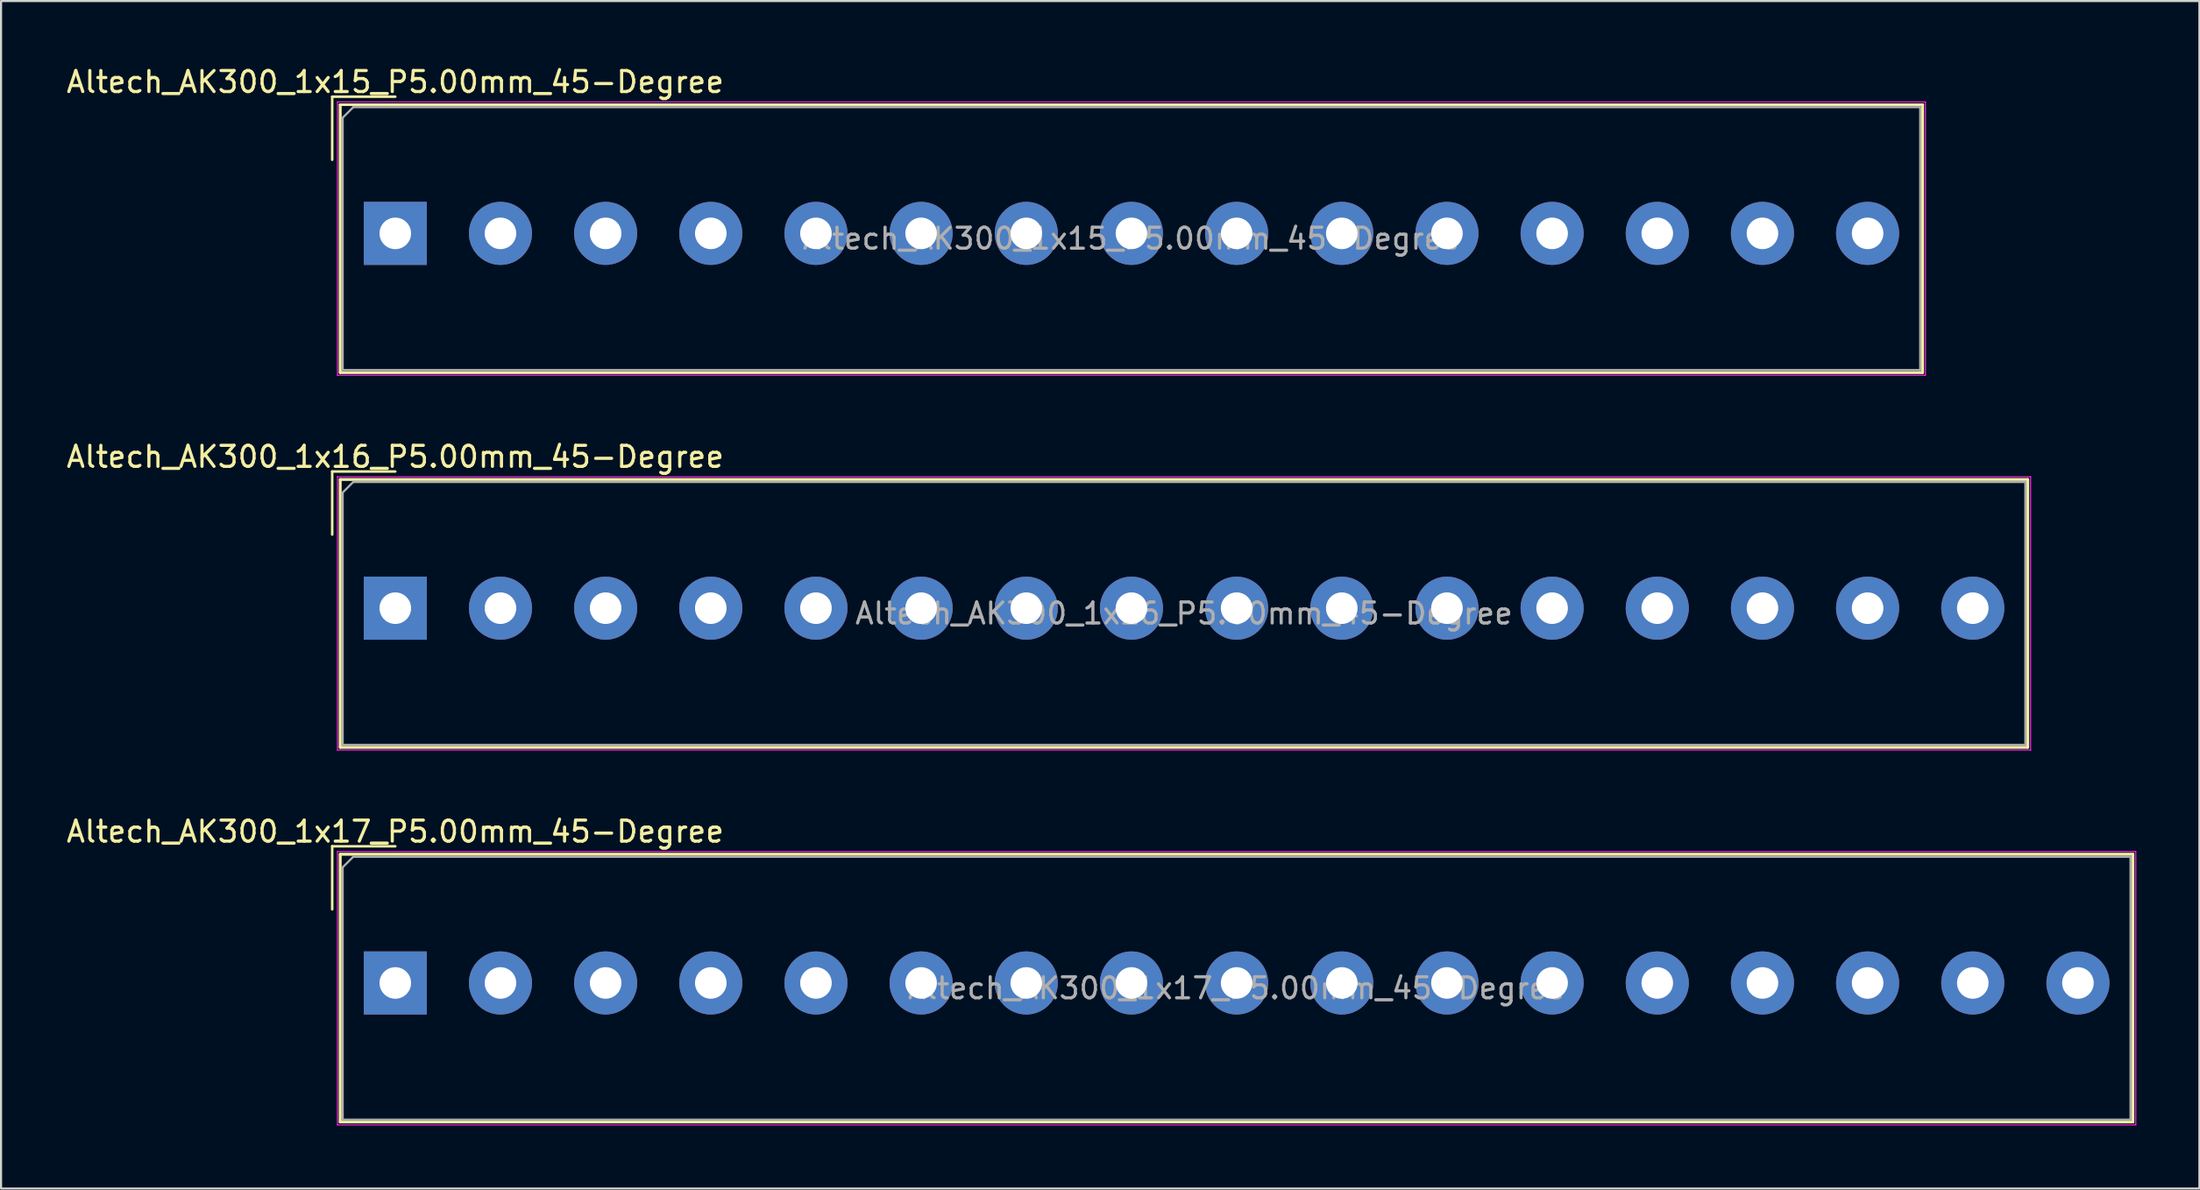
<source format=kicad_pcb>
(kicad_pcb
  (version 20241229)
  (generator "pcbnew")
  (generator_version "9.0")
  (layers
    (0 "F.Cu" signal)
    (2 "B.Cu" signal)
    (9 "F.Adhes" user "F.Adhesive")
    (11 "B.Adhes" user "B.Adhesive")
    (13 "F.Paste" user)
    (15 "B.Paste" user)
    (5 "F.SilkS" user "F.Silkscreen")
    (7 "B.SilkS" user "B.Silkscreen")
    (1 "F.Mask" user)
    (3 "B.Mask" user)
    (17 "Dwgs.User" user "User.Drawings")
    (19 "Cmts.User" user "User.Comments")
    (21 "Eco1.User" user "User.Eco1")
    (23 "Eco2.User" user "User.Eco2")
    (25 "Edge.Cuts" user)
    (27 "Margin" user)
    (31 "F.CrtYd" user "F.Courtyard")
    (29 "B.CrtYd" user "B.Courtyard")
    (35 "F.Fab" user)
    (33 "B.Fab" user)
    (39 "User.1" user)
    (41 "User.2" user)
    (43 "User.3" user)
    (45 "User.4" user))
  (footprint "Altech_AK300_1x15_P5.00mm_45-Degree"
    (layer "F.Cu")
    (at 15.744 8.048)
    (property "Reference" "Altech_AK300_1x15_P5.00mm_45-Degree" (at 0 -7.2 0) (layer "F.SilkS") (effects (font (size 1 1) (thickness 0.15))))
    (attr through_hole)
    (fp_line (start -3 -6.5) (end 0 -6.5) (stroke (width 0.12) (type solid)) (layer "F.SilkS"))
    (fp_line (start -3 -3.5) (end -3 -6.5) (stroke (width 0.12) (type solid)) (layer "F.SilkS"))
    (fp_line (start -2.62 -6.12) (end -2.62 6.62) (stroke (width 0.12) (type solid)) (layer "F.SilkS"))
    (fp_line (start -2.62 -6.12) (end -2.62 6.62) (stroke (width 0.12) (type solid)) (layer "F.SilkS"))
    (fp_line (start -2.62 -6.12) (end 72.62 -6.12) (stroke (width 0.12) (type solid)) (layer "F.SilkS"))
    (fp_line (start -2.62 -6.12) (end 72.62 -6.12) (stroke (width 0.12) (type solid)) (layer "F.SilkS"))
    (fp_line (start -2.62 6.62) (end 72.62 6.62) (stroke (width 0.12) (type solid)) (layer "F.SilkS"))
    (fp_line (start -2.62 6.62) (end 72.62 6.62) (stroke (width 0.12) (type solid)) (layer "F.SilkS"))
    (fp_line (start 72.62 -6.12) (end 72.62 6.62) (stroke (width 0.12) (type solid)) (layer "F.SilkS"))
    (fp_line (start 72.62 -6.12) (end 72.62 6.62) (stroke (width 0.12) (type solid)) (layer "F.SilkS"))
    (fp_line (start -2.75 -6.25) (end -2.75 6.75) (stroke (width 0.05) (type solid)) (layer "F.CrtYd"))
    (fp_line (start -2.75 -6.25) (end 72.75 -6.25) (stroke (width 0.05) (type solid)) (layer "F.CrtYd"))
    (fp_line (start -2.75 6.75) (end 72.75 6.75) (stroke (width 0.05) (type solid)) (layer "F.CrtYd"))
    (fp_line (start 72.75 -6.25) (end 72.75 6.75) (stroke (width 0.05) (type solid)) (layer "F.CrtYd"))
    (fp_line (start -2.5 -5.5) (end -2 -6) (stroke (width 0.1) (type solid)) (layer "F.Fab"))
    (fp_line (start -2.5 6.5) (end -2.5 -5.5) (stroke (width 0.1) (type solid)) (layer "F.Fab"))
    (fp_line (start -2 -6) (end 72.5 -6) (stroke (width 0.1) (type solid)) (layer "F.Fab"))
    (fp_line (start 72.5 -6) (end 72.5 6.5) (stroke (width 0.1) (type solid)) (layer "F.Fab"))
    (fp_line (start 72.5 6.5) (end -2.5 6.5) (stroke (width 0.1) (type solid)) (layer "F.Fab"))
    (fp_text user "${REFERENCE}" (at 35 0.25 0) (layer "F.Fab") (effects (font (size 1 1) (thickness 0.15))))
    (pad "1" thru_hole rect (at 0 0) (size 3 3) (drill 1.5) (layers "*.Cu" "*.Mask"))
    (pad "2" thru_hole circle (at 5 0) (size 3 3) (drill 1.5) (layers "*.Cu" "*.Mask"))
    (pad "3" thru_hole circle (at 10 0) (size 3 3) (drill 1.5) (layers "*.Cu" "*.Mask"))
    (pad "4" thru_hole circle (at 15 0) (size 3 3) (drill 1.5) (layers "*.Cu" "*.Mask"))
    (pad "5" thru_hole circle (at 20 0) (size 3 3) (drill 1.5) (layers "*.Cu" "*.Mask"))
    (pad "6" thru_hole circle (at 25 0) (size 3 3) (drill 1.5) (layers "*.Cu" "*.Mask"))
    (pad "7" thru_hole circle (at 30 0) (size 3 3) (drill 1.5) (layers "*.Cu" "*.Mask"))
    (pad "8" thru_hole circle (at 35 0) (size 3 3) (drill 1.5) (layers "*.Cu" "*.Mask"))
    (pad "9" thru_hole circle (at 40 0) (size 3 3) (drill 1.5) (layers "*.Cu" "*.Mask"))
    (pad "10" thru_hole circle (at 45 0) (size 3 3) (drill 1.5) (layers "*.Cu" "*.Mask"))
    (pad "11" thru_hole circle (at 50 0) (size 3 3) (drill 1.5) (layers "*.Cu" "*.Mask"))
    (pad "12" thru_hole circle (at 55 0) (size 3 3) (drill 1.5) (layers "*.Cu" "*.Mask"))
    (pad "13" thru_hole circle (at 60 0) (size 3 3) (drill 1.5) (layers "*.Cu" "*.Mask"))
    (pad "14" thru_hole circle (at 65 0) (size 3 3) (drill 1.5) (layers "*.Cu" "*.Mask"))
    (pad "15" thru_hole circle (at 70 0) (size 3 3) (drill 1.5) (layers "*.Cu" "*.Mask")))
  (footprint "Altech_AK300_1x16_P5.00mm_45-Degree"
    (layer "F.Cu")
    (at 15.744 25.872)
    (property "Reference" "Altech_AK300_1x16_P5.00mm_45-Degree" (at 0 -7.2 0) (layer "F.SilkS") (effects (font (size 1 1) (thickness 0.15))))
    (attr through_hole)
    (fp_line (start -3 -6.5) (end 0 -6.5) (stroke (width 0.12) (type solid)) (layer "F.SilkS"))
    (fp_line (start -3 -3.5) (end -3 -6.5) (stroke (width 0.12) (type solid)) (layer "F.SilkS"))
    (fp_line (start -2.62 -6.12) (end -2.62 6.62) (stroke (width 0.12) (type solid)) (layer "F.SilkS"))
    (fp_line (start -2.62 -6.12) (end -2.62 6.62) (stroke (width 0.12) (type solid)) (layer "F.SilkS"))
    (fp_line (start -2.62 -6.12) (end 77.62 -6.12) (stroke (width 0.12) (type solid)) (layer "F.SilkS"))
    (fp_line (start -2.62 -6.12) (end 77.62 -6.12) (stroke (width 0.12) (type solid)) (layer "F.SilkS"))
    (fp_line (start -2.62 6.62) (end 77.62 6.62) (stroke (width 0.12) (type solid)) (layer "F.SilkS"))
    (fp_line (start -2.62 6.62) (end 77.62 6.62) (stroke (width 0.12) (type solid)) (layer "F.SilkS"))
    (fp_line (start 77.62 -6.12) (end 77.62 6.62) (stroke (width 0.12) (type solid)) (layer "F.SilkS"))
    (fp_line (start 77.62 -6.12) (end 77.62 6.62) (stroke (width 0.12) (type solid)) (layer "F.SilkS"))
    (fp_line (start -2.75 -6.25) (end -2.75 6.75) (stroke (width 0.05) (type solid)) (layer "F.CrtYd"))
    (fp_line (start -2.75 -6.25) (end 77.75 -6.25) (stroke (width 0.05) (type solid)) (layer "F.CrtYd"))
    (fp_line (start -2.75 6.75) (end 77.75 6.75) (stroke (width 0.05) (type solid)) (layer "F.CrtYd"))
    (fp_line (start 77.75 -6.25) (end 77.75 6.75) (stroke (width 0.05) (type solid)) (layer "F.CrtYd"))
    (fp_line (start -2.5 -5.5) (end -2 -6) (stroke (width 0.1) (type solid)) (layer "F.Fab"))
    (fp_line (start -2.5 6.5) (end -2.5 -5.5) (stroke (width 0.1) (type solid)) (layer "F.Fab"))
    (fp_line (start -2 -6) (end 77.5 -6) (stroke (width 0.1) (type solid)) (layer "F.Fab"))
    (fp_line (start 77.5 -6) (end 77.5 6.5) (stroke (width 0.1) (type solid)) (layer "F.Fab"))
    (fp_line (start 77.5 6.5) (end -2.5 6.5) (stroke (width 0.1) (type solid)) (layer "F.Fab"))
    (fp_text user "${REFERENCE}" (at 37.5 0.25 0) (layer "F.Fab") (effects (font (size 1 1) (thickness 0.15))))
    (pad "1" thru_hole rect (at 0 0) (size 3 3) (drill 1.5) (layers "*.Cu" "*.Mask"))
    (pad "2" thru_hole circle (at 5 0) (size 3 3) (drill 1.5) (layers "*.Cu" "*.Mask"))
    (pad "3" thru_hole circle (at 10 0) (size 3 3) (drill 1.5) (layers "*.Cu" "*.Mask"))
    (pad "4" thru_hole circle (at 15 0) (size 3 3) (drill 1.5) (layers "*.Cu" "*.Mask"))
    (pad "5" thru_hole circle (at 20 0) (size 3 3) (drill 1.5) (layers "*.Cu" "*.Mask"))
    (pad "6" thru_hole circle (at 25 0) (size 3 3) (drill 1.5) (layers "*.Cu" "*.Mask"))
    (pad "7" thru_hole circle (at 30 0) (size 3 3) (drill 1.5) (layers "*.Cu" "*.Mask"))
    (pad "8" thru_hole circle (at 35 0) (size 3 3) (drill 1.5) (layers "*.Cu" "*.Mask"))
    (pad "9" thru_hole circle (at 40 0) (size 3 3) (drill 1.5) (layers "*.Cu" "*.Mask"))
    (pad "10" thru_hole circle (at 45 0) (size 3 3) (drill 1.5) (layers "*.Cu" "*.Mask"))
    (pad "11" thru_hole circle (at 50 0) (size 3 3) (drill 1.5) (layers "*.Cu" "*.Mask"))
    (pad "12" thru_hole circle (at 55 0) (size 3 3) (drill 1.5) (layers "*.Cu" "*.Mask"))
    (pad "13" thru_hole circle (at 60 0) (size 3 3) (drill 1.5) (layers "*.Cu" "*.Mask"))
    (pad "14" thru_hole circle (at 65 0) (size 3 3) (drill 1.5) (layers "*.Cu" "*.Mask"))
    (pad "15" thru_hole circle (at 70 0) (size 3 3) (drill 1.5) (layers "*.Cu" "*.Mask"))
    (pad "16" thru_hole circle (at 75 0) (size 3 3) (drill 1.5) (layers "*.Cu" "*.Mask")))
  (footprint "Altech_AK300_1x17_P5.00mm_45-Degree"
    (layer "F.Cu")
    (at 15.744 43.695)
    (property "Reference" "Altech_AK300_1x17_P5.00mm_45-Degree" (at 0 -7.2 0) (layer "F.SilkS") (effects (font (size 1 1) (thickness 0.15))))
    (attr through_hole)
    (fp_line (start -3 -6.5) (end 0 -6.5) (stroke (width 0.12) (type solid)) (layer "F.SilkS"))
    (fp_line (start -3 -3.5) (end -3 -6.5) (stroke (width 0.12) (type solid)) (layer "F.SilkS"))
    (fp_line (start -2.62 -6.12) (end -2.62 6.62) (stroke (width 0.12) (type solid)) (layer "F.SilkS"))
    (fp_line (start -2.62 -6.12) (end -2.62 6.62) (stroke (width 0.12) (type solid)) (layer "F.SilkS"))
    (fp_line (start -2.62 -6.12) (end 82.62 -6.12) (stroke (width 0.12) (type solid)) (layer "F.SilkS"))
    (fp_line (start -2.62 -6.12) (end 82.62 -6.12) (stroke (width 0.12) (type solid)) (layer "F.SilkS"))
    (fp_line (start -2.62 6.62) (end 82.62 6.62) (stroke (width 0.12) (type solid)) (layer "F.SilkS"))
    (fp_line (start -2.62 6.62) (end 82.62 6.62) (stroke (width 0.12) (type solid)) (layer "F.SilkS"))
    (fp_line (start 82.62 -6.12) (end 82.62 6.62) (stroke (width 0.12) (type solid)) (layer "F.SilkS"))
    (fp_line (start 82.62 -6.12) (end 82.62 6.62) (stroke (width 0.12) (type solid)) (layer "F.SilkS"))
    (fp_line (start -2.75 -6.25) (end -2.75 6.75) (stroke (width 0.05) (type solid)) (layer "F.CrtYd"))
    (fp_line (start -2.75 -6.25) (end 82.75 -6.25) (stroke (width 0.05) (type solid)) (layer "F.CrtYd"))
    (fp_line (start -2.75 6.75) (end 82.75 6.75) (stroke (width 0.05) (type solid)) (layer "F.CrtYd"))
    (fp_line (start 82.75 -6.25) (end 82.75 6.75) (stroke (width 0.05) (type solid)) (layer "F.CrtYd"))
    (fp_line (start -2.5 -5.5) (end -2 -6) (stroke (width 0.1) (type solid)) (layer "F.Fab"))
    (fp_line (start -2.5 6.5) (end -2.5 -5.5) (stroke (width 0.1) (type solid)) (layer "F.Fab"))
    (fp_line (start -2 -6) (end 82.5 -6) (stroke (width 0.1) (type solid)) (layer "F.Fab"))
    (fp_line (start 82.5 -6) (end 82.5 6.5) (stroke (width 0.1) (type solid)) (layer "F.Fab"))
    (fp_line (start 82.5 6.5) (end -2.5 6.5) (stroke (width 0.1) (type solid)) (layer "F.Fab"))
    (fp_text user "${REFERENCE}" (at 40 0.25 0) (layer "F.Fab") (effects (font (size 1 1) (thickness 0.15))))
    (pad "1" thru_hole rect (at 0 0) (size 3 3) (drill 1.5) (layers "*.Cu" "*.Mask"))
    (pad "2" thru_hole circle (at 5 0) (size 3 3) (drill 1.5) (layers "*.Cu" "*.Mask"))
    (pad "3" thru_hole circle (at 10 0) (size 3 3) (drill 1.5) (layers "*.Cu" "*.Mask"))
    (pad "4" thru_hole circle (at 15 0) (size 3 3) (drill 1.5) (layers "*.Cu" "*.Mask"))
    (pad "5" thru_hole circle (at 20 0) (size 3 3) (drill 1.5) (layers "*.Cu" "*.Mask"))
    (pad "6" thru_hole circle (at 25 0) (size 3 3) (drill 1.5) (layers "*.Cu" "*.Mask"))
    (pad "7" thru_hole circle (at 30 0) (size 3 3) (drill 1.5) (layers "*.Cu" "*.Mask"))
    (pad "8" thru_hole circle (at 35 0) (size 3 3) (drill 1.5) (layers "*.Cu" "*.Mask"))
    (pad "9" thru_hole circle (at 40 0) (size 3 3) (drill 1.5) (layers "*.Cu" "*.Mask"))
    (pad "10" thru_hole circle (at 45 0) (size 3 3) (drill 1.5) (layers "*.Cu" "*.Mask"))
    (pad "11" thru_hole circle (at 50 0) (size 3 3) (drill 1.5) (layers "*.Cu" "*.Mask"))
    (pad "12" thru_hole circle (at 55 0) (size 3 3) (drill 1.5) (layers "*.Cu" "*.Mask"))
    (pad "13" thru_hole circle (at 60 0) (size 3 3) (drill 1.5) (layers "*.Cu" "*.Mask"))
    (pad "14" thru_hole circle (at 65 0) (size 3 3) (drill 1.5) (layers "*.Cu" "*.Mask"))
    (pad "15" thru_hole circle (at 70 0) (size 3 3) (drill 1.5) (layers "*.Cu" "*.Mask"))
    (pad "16" thru_hole circle (at 75 0) (size 3 3) (drill 1.5) (layers "*.Cu" "*.Mask"))
    (pad "17" thru_hole circle (at 80 0) (size 3 3) (drill 1.5) (layers "*.Cu" "*.Mask")))
  (gr_rect
    (start -3 -3)
    (end 101.519 53.47)
    (stroke (width 0.1) (type default))
    (fill no)
    (layer "Edge.Cuts")))
</source>
